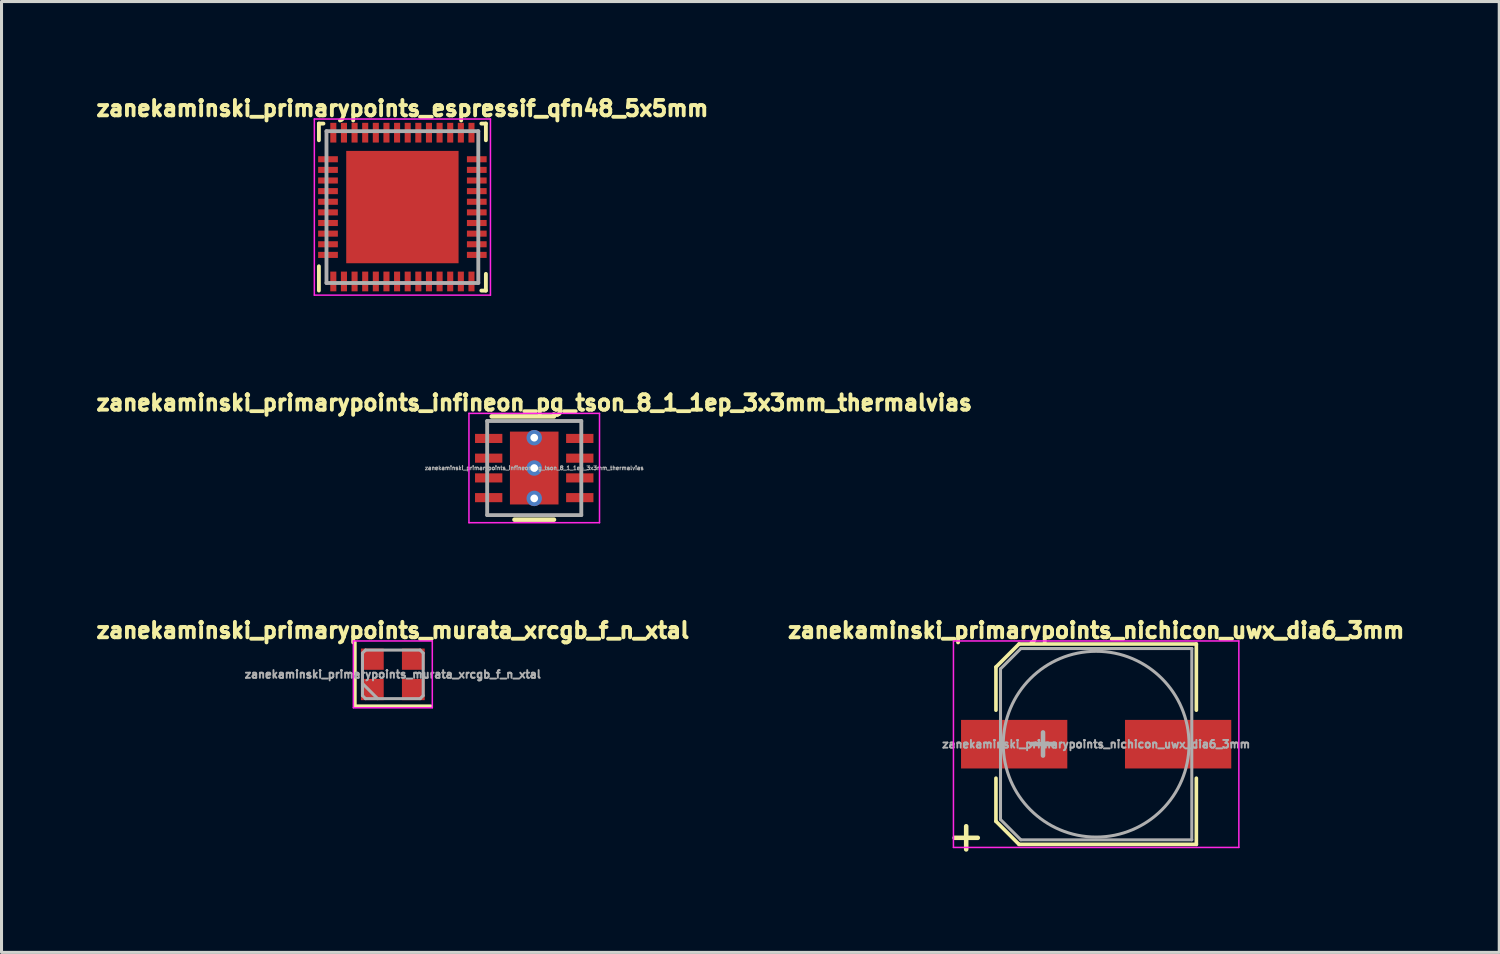
<source format=kicad_pcb>
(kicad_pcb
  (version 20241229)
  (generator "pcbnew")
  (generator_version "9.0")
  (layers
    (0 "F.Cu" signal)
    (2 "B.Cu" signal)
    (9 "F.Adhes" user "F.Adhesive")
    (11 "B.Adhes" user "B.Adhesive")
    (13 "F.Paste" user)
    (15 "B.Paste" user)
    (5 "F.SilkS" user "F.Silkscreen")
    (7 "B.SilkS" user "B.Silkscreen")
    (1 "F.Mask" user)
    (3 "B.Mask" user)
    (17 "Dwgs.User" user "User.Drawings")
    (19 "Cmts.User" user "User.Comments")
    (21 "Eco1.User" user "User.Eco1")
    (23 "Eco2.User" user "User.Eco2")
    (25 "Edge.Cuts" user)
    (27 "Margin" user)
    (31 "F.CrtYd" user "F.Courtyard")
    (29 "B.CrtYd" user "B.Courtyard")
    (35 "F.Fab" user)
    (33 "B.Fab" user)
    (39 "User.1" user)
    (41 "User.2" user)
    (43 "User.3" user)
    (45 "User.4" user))
  (footprint "zanekaminski_primarypoints_nichicon_uwx_dia6_3mm"
    (layer "F.Cu")
    (at 33.052 21.46)
    (property "Reference" "zanekaminski_primarypoints_nichicon_uwx_dia6_3mm" (at 0 -3.75 0) (layer "F.SilkS") (effects (font (size 0.508 0.508) (thickness 0.127))))
    (attr smd)
    (fp_line (start -3.3 -2.54) (end -3.3 -1.12) (stroke (width 0.12) (type solid)) (layer "F.SilkS"))
    (fp_line (start -3.3 -2.54) (end -2.54 -3.3) (stroke (width 0.12) (type solid)) (layer "F.SilkS"))
    (fp_line (start -3.3 2.54) (end -3.3 1.12) (stroke (width 0.12) (type solid)) (layer "F.SilkS"))
    (fp_line (start -2.54 -3.3) (end 3.3 -3.3) (stroke (width 0.12) (type solid)) (layer "F.SilkS"))
    (fp_line (start -2.54 3.3) (end -3.3 2.54) (stroke (width 0.12) (type solid)) (layer "F.SilkS"))
    (fp_line (start 3.3 -3.3) (end 3.3 -1.12) (stroke (width 0.12) (type solid)) (layer "F.SilkS"))
    (fp_line (start 3.3 3.3) (end -2.54 3.3) (stroke (width 0.12) (type solid)) (layer "F.SilkS"))
    (fp_line (start 3.3 3.3) (end 3.3 1.12) (stroke (width 0.12) (type solid)) (layer "F.SilkS"))
    (fp_line (start -4.7 -3.4) (end -4.7 3.4) (stroke (width 0.05) (type solid)) (layer "F.CrtYd"))
    (fp_line (start -4.7 -3.4) (end 4.7 -3.4) (stroke (width 0.05) (type solid)) (layer "F.CrtYd"))
    (fp_line (start 4.7 3.4) (end -4.7 3.4) (stroke (width 0.05) (type solid)) (layer "F.CrtYd"))
    (fp_line (start 4.7 3.4) (end 4.7 -3.4) (stroke (width 0.05) (type solid)) (layer "F.CrtYd"))
    (fp_line (start -3.15 -2.48) (end -3.15 2.48) (stroke (width 0.1) (type solid)) (layer "F.Fab"))
    (fp_line (start -3.15 2.48) (end -2.48 3.15) (stroke (width 0.1) (type solid)) (layer "F.Fab"))
    (fp_line (start -2.48 -3.15) (end -3.15 -2.48) (stroke (width 0.1) (type solid)) (layer "F.Fab"))
    (fp_line (start -2.48 3.15) (end 3.15 3.15) (stroke (width 0.1) (type solid)) (layer "F.Fab"))
    (fp_line (start 3.15 -3.15) (end -2.48 -3.15) (stroke (width 0.1) (type solid)) (layer "F.Fab"))
    (fp_line (start 3.15 3.15) (end 3.15 -3.15) (stroke (width 0.1) (type solid)) (layer "F.Fab"))
    (fp_circle (center 0 0) (end 0.6 3) (stroke (width 0.1) (type solid)) (fill no) (layer "F.Fab"))
    (fp_text user "+" (at -4.28 3.01 0) (layer "F.SilkS") (effects (font (size 1 1) (thickness 0.15))))
    (fp_text user "+" (at -1.75 -0.08 0) (layer "F.Fab") (effects (font (size 1 1) (thickness 0.15))))
    (fp_text user "${REFERENCE}" (at 0 0 0) (layer "F.Fab") (effects (font (size 0.254 0.254) (thickness 0.064))))
    (pad "1" smd rect (at -2.7 0 180) (size 3.5 1.6) (layers "F.Cu" "F.Mask" "F.Paste"))
    (pad "2" smd rect (at 2.7 0 180) (size 3.5 1.6) (layers "F.Cu" "F.Mask" "F.Paste")))
  (footprint "zanekaminski_primarypoints_infineon_pg_tson_8_1_1ep_3x3mm_thermalvias"
    (layer "F.Cu")
    (at 14.545 12.365)
    (property "Reference" "zanekaminski_primarypoints_infineon_pg_tson_8_1_1ep_3x3mm_thermalvias" (at 0 -2.15 0) (layer "F.SilkS") (effects (font (size 0.508 0.508) (thickness 0.127))))
    (attr smd)
    (fp_line (start -1.4 -1.7) (end 0.65 -1.7) (stroke (width 0.15) (type solid)) (layer "F.SilkS"))
    (fp_line (start -0.65 1.7) (end 0.65 1.7) (stroke (width 0.15) (type solid)) (layer "F.SilkS"))
    (fp_line (start -2.15 -1.8) (end -2.15 1.8) (stroke (width 0.05) (type solid)) (layer "F.CrtYd"))
    (fp_line (start -2.15 -1.8) (end 2.15 -1.8) (stroke (width 0.05) (type solid)) (layer "F.CrtYd"))
    (fp_line (start -2.15 1.8) (end 2.15 1.8) (stroke (width 0.05) (type solid)) (layer "F.CrtYd"))
    (fp_line (start 2.15 -1.8) (end 2.15 1.8) (stroke (width 0.05) (type solid)) (layer "F.CrtYd"))
    (fp_line (start -1.55 -1.55) (end 1.55 -1.55) (stroke (width 0.127) (type solid)) (layer "F.Fab"))
    (fp_line (start -1.55 1.55) (end -1.55 -1.55) (stroke (width 0.127) (type solid)) (layer "F.Fab"))
    (fp_line (start 1.55 -1.55) (end 1.55 1.55) (stroke (width 0.127) (type solid)) (layer "F.Fab"))
    (fp_line (start 1.55 1.55) (end -1.55 1.55) (stroke (width 0.127) (type solid)) (layer "F.Fab"))
    (fp_text user "${REFERENCE}" (at 0 0 0) (layer "F.Fab") (effects (font (size 0.127 0.127) (thickness 0.032))))
    (pad "" smd rect (at -0.4 -0.6) (size 0.6 1) (layers "F.Paste"))
    (pad "" smd rect (at -0.4 0.6) (size 0.6 1) (layers "F.Paste"))
    (pad "" smd rect (at 0.4 -0.6) (size 0.6 1) (layers "F.Paste"))
    (pad "" smd rect (at 0.4 0.6) (size 0.6 1) (layers "F.Paste"))
    (pad "1" smd rect (at -1.5 -0.975) (size 0.9 0.3) (layers "F.Cu" "F.Mask" "F.Paste"))
    (pad "2" smd rect (at -1.5 -0.325) (size 0.9 0.3) (layers "F.Cu" "F.Mask" "F.Paste"))
    (pad "3" smd rect (at -1.5 0.325) (size 0.9 0.3) (layers "F.Cu" "F.Mask" "F.Paste"))
    (pad "4" smd rect (at -1.5 0.975) (size 0.9 0.3) (layers "F.Cu" "F.Mask" "F.Paste"))
    (pad "5" smd rect (at 1.5 0.975) (size 0.9 0.3) (layers "F.Cu" "F.Mask" "F.Paste"))
    (pad "6" smd rect (at 1.5 0.325) (size 0.9 0.3) (layers "F.Cu" "F.Mask" "F.Paste"))
    (pad "7" smd rect (at 1.5 -0.325) (size 0.9 0.3) (layers "F.Cu" "F.Mask" "F.Paste"))
    (pad "8" smd rect (at 1.5 -0.975) (size 0.9 0.3) (layers "F.Cu" "F.Mask" "F.Paste"))
    (pad "9" thru_hole circle (at 0 -1) (size 0.508 0.508) (drill 0.254) (layers "*.Cu"))
    (pad "9" thru_hole circle (at 0 0) (size 0.508 0.508) (drill 0.254) (layers "*.Cu"))
    (pad "9" smd rect (at 0 0) (size 1.6 2.4) (layers "F.Cu" "F.Mask"))
    (pad "9" thru_hole circle (at 0 1) (size 0.508 0.508) (drill 0.254) (layers "*.Cu")))
  (footprint "zanekaminski_primarypoints_murata_xrcgb_f_n_xtal"
    (layer "F.Cu")
    (at 9.888 19.16)
    (property "Reference" "zanekaminski_primarypoints_murata_xrcgb_f_n_xtal" (at 0 -1.45 0) (layer "F.SilkS") (effects (font (size 0.508 0.508) (thickness 0.127))))
    (attr smd)
    (fp_line (start -1.25 -1.05) (end -1.25 1.05) (stroke (width 0.12) (type solid)) (layer "F.SilkS"))
    (fp_line (start -1.25 1.05) (end 1.25 1.05) (stroke (width 0.12) (type solid)) (layer "F.SilkS"))
    (fp_line (start -1.3 -1.1) (end -1.3 1.1) (stroke (width 0.05) (type solid)) (layer "F.CrtYd"))
    (fp_line (start -1.3 1.1) (end 1.3 1.1) (stroke (width 0.05) (type solid)) (layer "F.CrtYd"))
    (fp_line (start 1.3 -1.1) (end -1.3 -1.1) (stroke (width 0.05) (type solid)) (layer "F.CrtYd"))
    (fp_line (start 1.3 1.1) (end 1.3 -1.1) (stroke (width 0.05) (type solid)) (layer "F.CrtYd"))
    (fp_line (start -1 -0.7) (end -0.9 -0.8) (stroke (width 0.1) (type solid)) (layer "F.Fab"))
    (fp_line (start -1 0.3) (end -0.5 0.8) (stroke (width 0.1) (type solid)) (layer "F.Fab"))
    (fp_line (start -1 0.7) (end -1 -0.7) (stroke (width 0.1) (type solid)) (layer "F.Fab"))
    (fp_line (start -0.9 -0.8) (end 0.9 -0.8) (stroke (width 0.1) (type solid)) (layer "F.Fab"))
    (fp_line (start -0.9 0.8) (end -1 0.7) (stroke (width 0.1) (type solid)) (layer "F.Fab"))
    (fp_line (start 0.9 -0.8) (end 1 -0.7) (stroke (width 0.1) (type solid)) (layer "F.Fab"))
    (fp_line (start 0.9 0.8) (end -0.9 0.8) (stroke (width 0.1) (type solid)) (layer "F.Fab"))
    (fp_line (start 1 -0.7) (end 1 0.7) (stroke (width 0.1) (type solid)) (layer "F.Fab"))
    (fp_line (start 1 0.7) (end 0.9 0.8) (stroke (width 0.1) (type solid)) (layer "F.Fab"))
    (fp_text user "${REFERENCE}" (at 0 0 0) (layer "F.Fab") (effects (font (size 0.254 0.254) (thickness 0.064))))
    (pad "1" smd rect (at -0.675 0.5) (size 0.75 0.7) (layers "F.Cu" "F.Mask" "F.Paste"))
    (pad "2" smd rect (at 0.675 0.5) (size 0.75 0.7) (layers "F.Cu" "F.Mask" "F.Paste"))
    (pad "3" smd rect (at 0.675 -0.5) (size 0.75 0.7) (layers "F.Cu" "F.Mask" "F.Paste"))
    (pad "4" smd rect (at -0.675 -0.5) (size 0.75 0.7) (layers "F.Cu" "F.Mask" "F.Paste")))
  (footprint "zanekaminski_primarypoints_espressif_qfn48_5x5mm"
    (layer "F.Cu")
    (at 10.203 3.77)
    (property "Reference" "zanekaminski_primarypoints_espressif_qfn48_5x5mm" (at 0 -3.25 0) (layer "F.SilkS") (effects (font (size 0.508 0.508) (thickness 0.127))))
    (attr through_hole)
    (fp_line (start -2.75 -2.2) (end -2.75 -2.75) (stroke (width 0.127) (type solid)) (layer "F.SilkS"))
    (fp_line (start -2.75 1.95) (end -2.75 2.75) (stroke (width 0.127) (type solid)) (layer "F.SilkS"))
    (fp_line (start -2.6 -2.75) (end -2.75 -2.75) (stroke (width 0.127) (type solid)) (layer "F.SilkS"))
    (fp_line (start 2.6 2.75) (end 2.75 2.75) (stroke (width 0.127) (type solid)) (layer "F.SilkS"))
    (fp_line (start 2.75 -2.75) (end 2.6 -2.75) (stroke (width 0.127) (type solid)) (layer "F.SilkS"))
    (fp_line (start 2.75 -2.2) (end 2.75 -2.75) (stroke (width 0.127) (type solid)) (layer "F.SilkS"))
    (fp_line (start 2.75 2.2) (end 2.75 2.75) (stroke (width 0.127) (type solid)) (layer "F.SilkS"))
    (fp_line (start -2.9 -2.9) (end 2.9 -2.9) (stroke (width 0.05) (type solid)) (layer "F.CrtYd"))
    (fp_line (start -2.9 2.9) (end -2.9 -2.9) (stroke (width 0.05) (type solid)) (layer "F.CrtYd"))
    (fp_line (start 2.9 -2.9) (end 2.9 2.9) (stroke (width 0.05) (type solid)) (layer "F.CrtYd"))
    (fp_line (start 2.9 2.9) (end -2.9 2.9) (stroke (width 0.05) (type solid)) (layer "F.CrtYd"))
    (fp_line (start -2.5 -2.5) (end 2.5 -2.5) (stroke (width 0.127) (type solid)) (layer "F.Fab"))
    (fp_line (start -2.5 2.5) (end -2.5 -2.5) (stroke (width 0.127) (type solid)) (layer "F.Fab"))
    (fp_line (start 2.5 -2.5) (end 2.5 2.5) (stroke (width 0.127) (type solid)) (layer "F.Fab"))
    (fp_line (start 2.5 2.5) (end -2.5 2.5) (stroke (width 0.127) (type solid)) (layer "F.Fab"))
    (pad "1" smd rect (at -2.275 2.45) (size 0.2 0.65) (layers "F.Cu" "F.Mask" "F.Paste"))
    (pad "2" smd rect (at -1.925 2.45) (size 0.2 0.65) (layers "F.Cu" "F.Mask" "F.Paste"))
    (pad "3" smd rect (at -1.575 2.45) (size 0.2 0.65) (layers "F.Cu" "F.Mask" "F.Paste"))
    (pad "4" smd rect (at -1.225 2.45) (size 0.2 0.65) (layers "F.Cu" "F.Mask" "F.Paste"))
    (pad "5" smd rect (at -0.875 2.45) (size 0.2 0.65) (layers "F.Cu" "F.Mask" "F.Paste"))
    (pad "6" smd rect (at -0.525 2.45) (size 0.2 0.65) (layers "F.Cu" "F.Mask" "F.Paste"))
    (pad "7" smd rect (at -0.175 2.45) (size 0.2 0.65) (layers "F.Cu" "F.Mask" "F.Paste"))
    (pad "8" smd rect (at 0.175 2.45) (size 0.2 0.65) (layers "F.Cu" "F.Mask" "F.Paste"))
    (pad "9" smd rect (at 0.525 2.45) (size 0.2 0.65) (layers "F.Cu" "F.Mask" "F.Paste"))
    (pad "10" smd rect (at 0.875 2.45) (size 0.2 0.65) (layers "F.Cu" "F.Mask" "F.Paste"))
    (pad "11" smd rect (at 1.225 2.45) (size 0.2 0.65) (layers "F.Cu" "F.Mask" "F.Paste"))
    (pad "12" smd rect (at 1.575 2.45) (size 0.2 0.65) (layers "F.Cu" "F.Mask" "F.Paste"))
    (pad "13" smd rect (at 1.925 2.45) (size 0.2 0.65) (layers "F.Cu" "F.Mask" "F.Paste"))
    (pad "14" smd rect (at 2.275 2.45) (size 0.2 0.65) (layers "F.Cu" "F.Mask" "F.Paste"))
    (pad "15" smd rect (at 2.45 1.575 90) (size 0.2 0.65) (layers "F.Cu" "F.Mask" "F.Paste"))
    (pad "16" smd rect (at 2.45 1.225 90) (size 0.2 0.65) (layers "F.Cu" "F.Mask" "F.Paste"))
    (pad "17" smd rect (at 2.45 0.875 90) (size 0.2 0.65) (layers "F.Cu" "F.Mask" "F.Paste"))
    (pad "18" smd rect (at 2.45 0.525 90) (size 0.2 0.65) (layers "F.Cu" "F.Mask" "F.Paste"))
    (pad "19" smd rect (at 2.45 0.175 90) (size 0.2 0.65) (layers "F.Cu" "F.Mask" "F.Paste"))
    (pad "20" smd rect (at 2.45 -0.175 90) (size 0.2 0.65) (layers "F.Cu" "F.Mask" "F.Paste"))
    (pad "21" smd rect (at 2.45 -0.525 90) (size 0.2 0.65) (layers "F.Cu" "F.Mask" "F.Paste"))
    (pad "22" smd rect (at 2.45 -0.875 90) (size 0.2 0.65) (layers "F.Cu" "F.Mask" "F.Paste"))
    (pad "23" smd rect (at 2.45 -1.225 90) (size 0.2 0.65) (layers "F.Cu" "F.Mask" "F.Paste"))
    (pad "24" smd rect (at 2.45 -1.575 90) (size 0.2 0.65) (layers "F.Cu" "F.Mask" "F.Paste"))
    (pad "25" smd rect (at 2.275 -2.45 180) (size 0.2 0.65) (layers "F.Cu" "F.Mask" "F.Paste"))
    (pad "26" smd rect (at 1.925 -2.45 180) (size 0.2 0.65) (layers "F.Cu" "F.Mask" "F.Paste"))
    (pad "27" smd rect (at 1.575 -2.45 180) (size 0.2 0.65) (layers "F.Cu" "F.Mask" "F.Paste"))
    (pad "28" smd rect (at 1.225 -2.45 180) (size 0.2 0.65) (layers "F.Cu" "F.Mask" "F.Paste"))
    (pad "29" smd rect (at 0.875 -2.45 180) (size 0.2 0.65) (layers "F.Cu" "F.Mask" "F.Paste"))
    (pad "30" smd rect (at 0.525 -2.45 180) (size 0.2 0.65) (layers "F.Cu" "F.Mask" "F.Paste"))
    (pad "31" smd rect (at 0.175 -2.45 180) (size 0.2 0.65) (layers "F.Cu" "F.Mask" "F.Paste"))
    (pad "32" smd rect (at -0.175 -2.45 180) (size 0.2 0.65) (layers "F.Cu" "F.Mask" "F.Paste"))
    (pad "33" smd rect (at -0.525 -2.45 180) (size 0.2 0.65) (layers "F.Cu" "F.Mask" "F.Paste"))
    (pad "34" smd rect (at -0.875 -2.45 180) (size 0.2 0.65) (layers "F.Cu" "F.Mask" "F.Paste"))
    (pad "35" smd rect (at -1.225 -2.45 180) (size 0.2 0.65) (layers "F.Cu" "F.Mask" "F.Paste"))
    (pad "36" smd rect (at -1.575 -2.45 180) (size 0.2 0.65) (layers "F.Cu" "F.Mask" "F.Paste"))
    (pad "37" smd rect (at -1.925 -2.45 180) (size 0.2 0.65) (layers "F.Cu" "F.Mask" "F.Paste"))
    (pad "38" smd rect (at -2.275 -2.45 180) (size 0.2 0.65) (layers "F.Cu" "F.Mask" "F.Paste"))
    (pad "39" smd rect (at -2.45 -1.575 270) (size 0.2 0.65) (layers "F.Cu" "F.Mask" "F.Paste"))
    (pad "40" smd rect (at -2.45 -1.225 270) (size 0.2 0.65) (layers "F.Cu" "F.Mask" "F.Paste"))
    (pad "41" smd rect (at -2.45 -0.875 270) (size 0.2 0.65) (layers "F.Cu" "F.Mask" "F.Paste"))
    (pad "42" smd rect (at -2.45 -0.525 270) (size 0.2 0.65) (layers "F.Cu" "F.Mask" "F.Paste"))
    (pad "43" smd rect (at -2.45 -0.175 270) (size 0.2 0.65) (layers "F.Cu" "F.Mask" "F.Paste"))
    (pad "44" smd rect (at -2.45 0.175 270) (size 0.2 0.65) (layers "F.Cu" "F.Mask" "F.Paste"))
    (pad "45" smd rect (at -2.45 0.525 270) (size 0.2 0.65) (layers "F.Cu" "F.Mask" "F.Paste"))
    (pad "46" smd rect (at -2.45 0.875 270) (size 0.2 0.65) (layers "F.Cu" "F.Mask" "F.Paste"))
    (pad "47" smd rect (at -2.45 1.225 270) (size 0.2 0.65) (layers "F.Cu" "F.Mask" "F.Paste"))
    (pad "48" smd rect (at -2.45 1.575 270) (size 0.2 0.65) (layers "F.Cu" "F.Mask" "F.Paste"))
    (pad "49" smd rect (at 0 0) (size 3.7 3.7) (layers "F.Cu" "F.Mask" "F.Paste")))
  (gr_rect
    (start -3 -3)
    (end 46.328 28.318)
    (stroke (width 0.1) (type default))
    (fill no)
    (layer "Edge.Cuts")))
</source>
